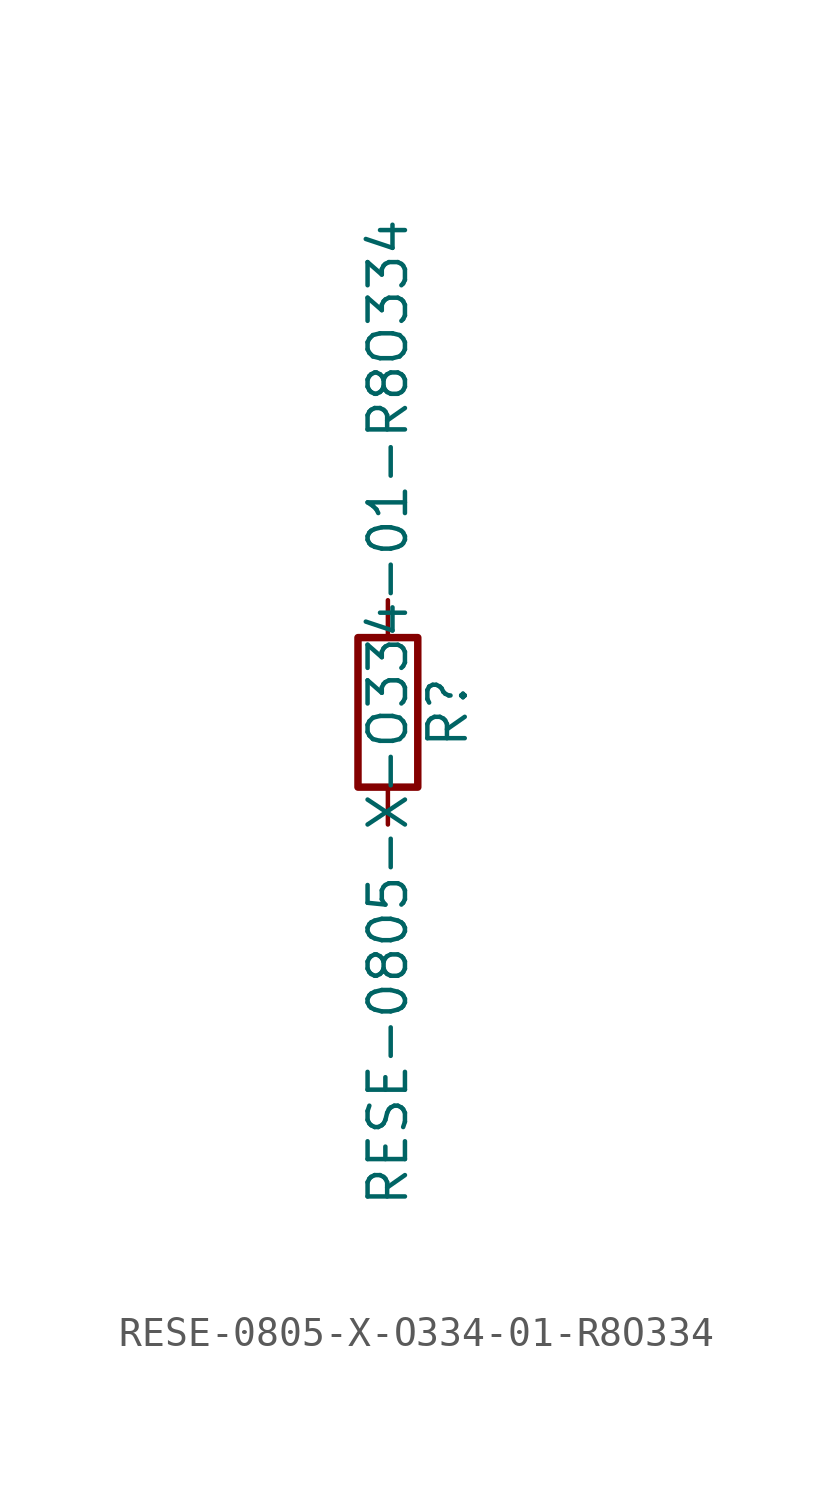
<source format=kicad_sym>
(kicad_symbol_lib
  (version 20211014)
  (generator kicad_symbol_editor)
  (symbol "RESE-0805-X-O334-01-R8O334"
    (pin_numbers hide)
    (pin_names
      (offset 0))
    (property "Reference" "R"
      (at 2.032 0 90)
      (effects (font (size 1.27 1.27))))
    (property "Value" "RESE-0805-X-O334-01-R8O334"
      (at 0 0 90)
      (effects (font (size 1.27 1.27))))
    (symbol "RESE-0805-X-O334-01-R8O334_0_1"
      (rectangle (start -1.016 -2.54) (end 1.016 2.54) (stroke (width 0.254) (type default) (color 0 0 0 0)) (fill (type none))))
    (symbol "RESE-0805-X-O334-01-R8O334_1_1"
      (pin passive line (at 0 3.81 270) (length 1.27) (name "~" (effects (font (size 1.27 1.27)))) (number "1" (effects (font (size 1.27 1.27)))))
      (pin passive line (at 0 -3.81 90) (length 1.27) (name "~" (effects (font (size 1.27 1.27)))) (number "2" (effects (font (size 1.27 1.27))))))))
</source>
